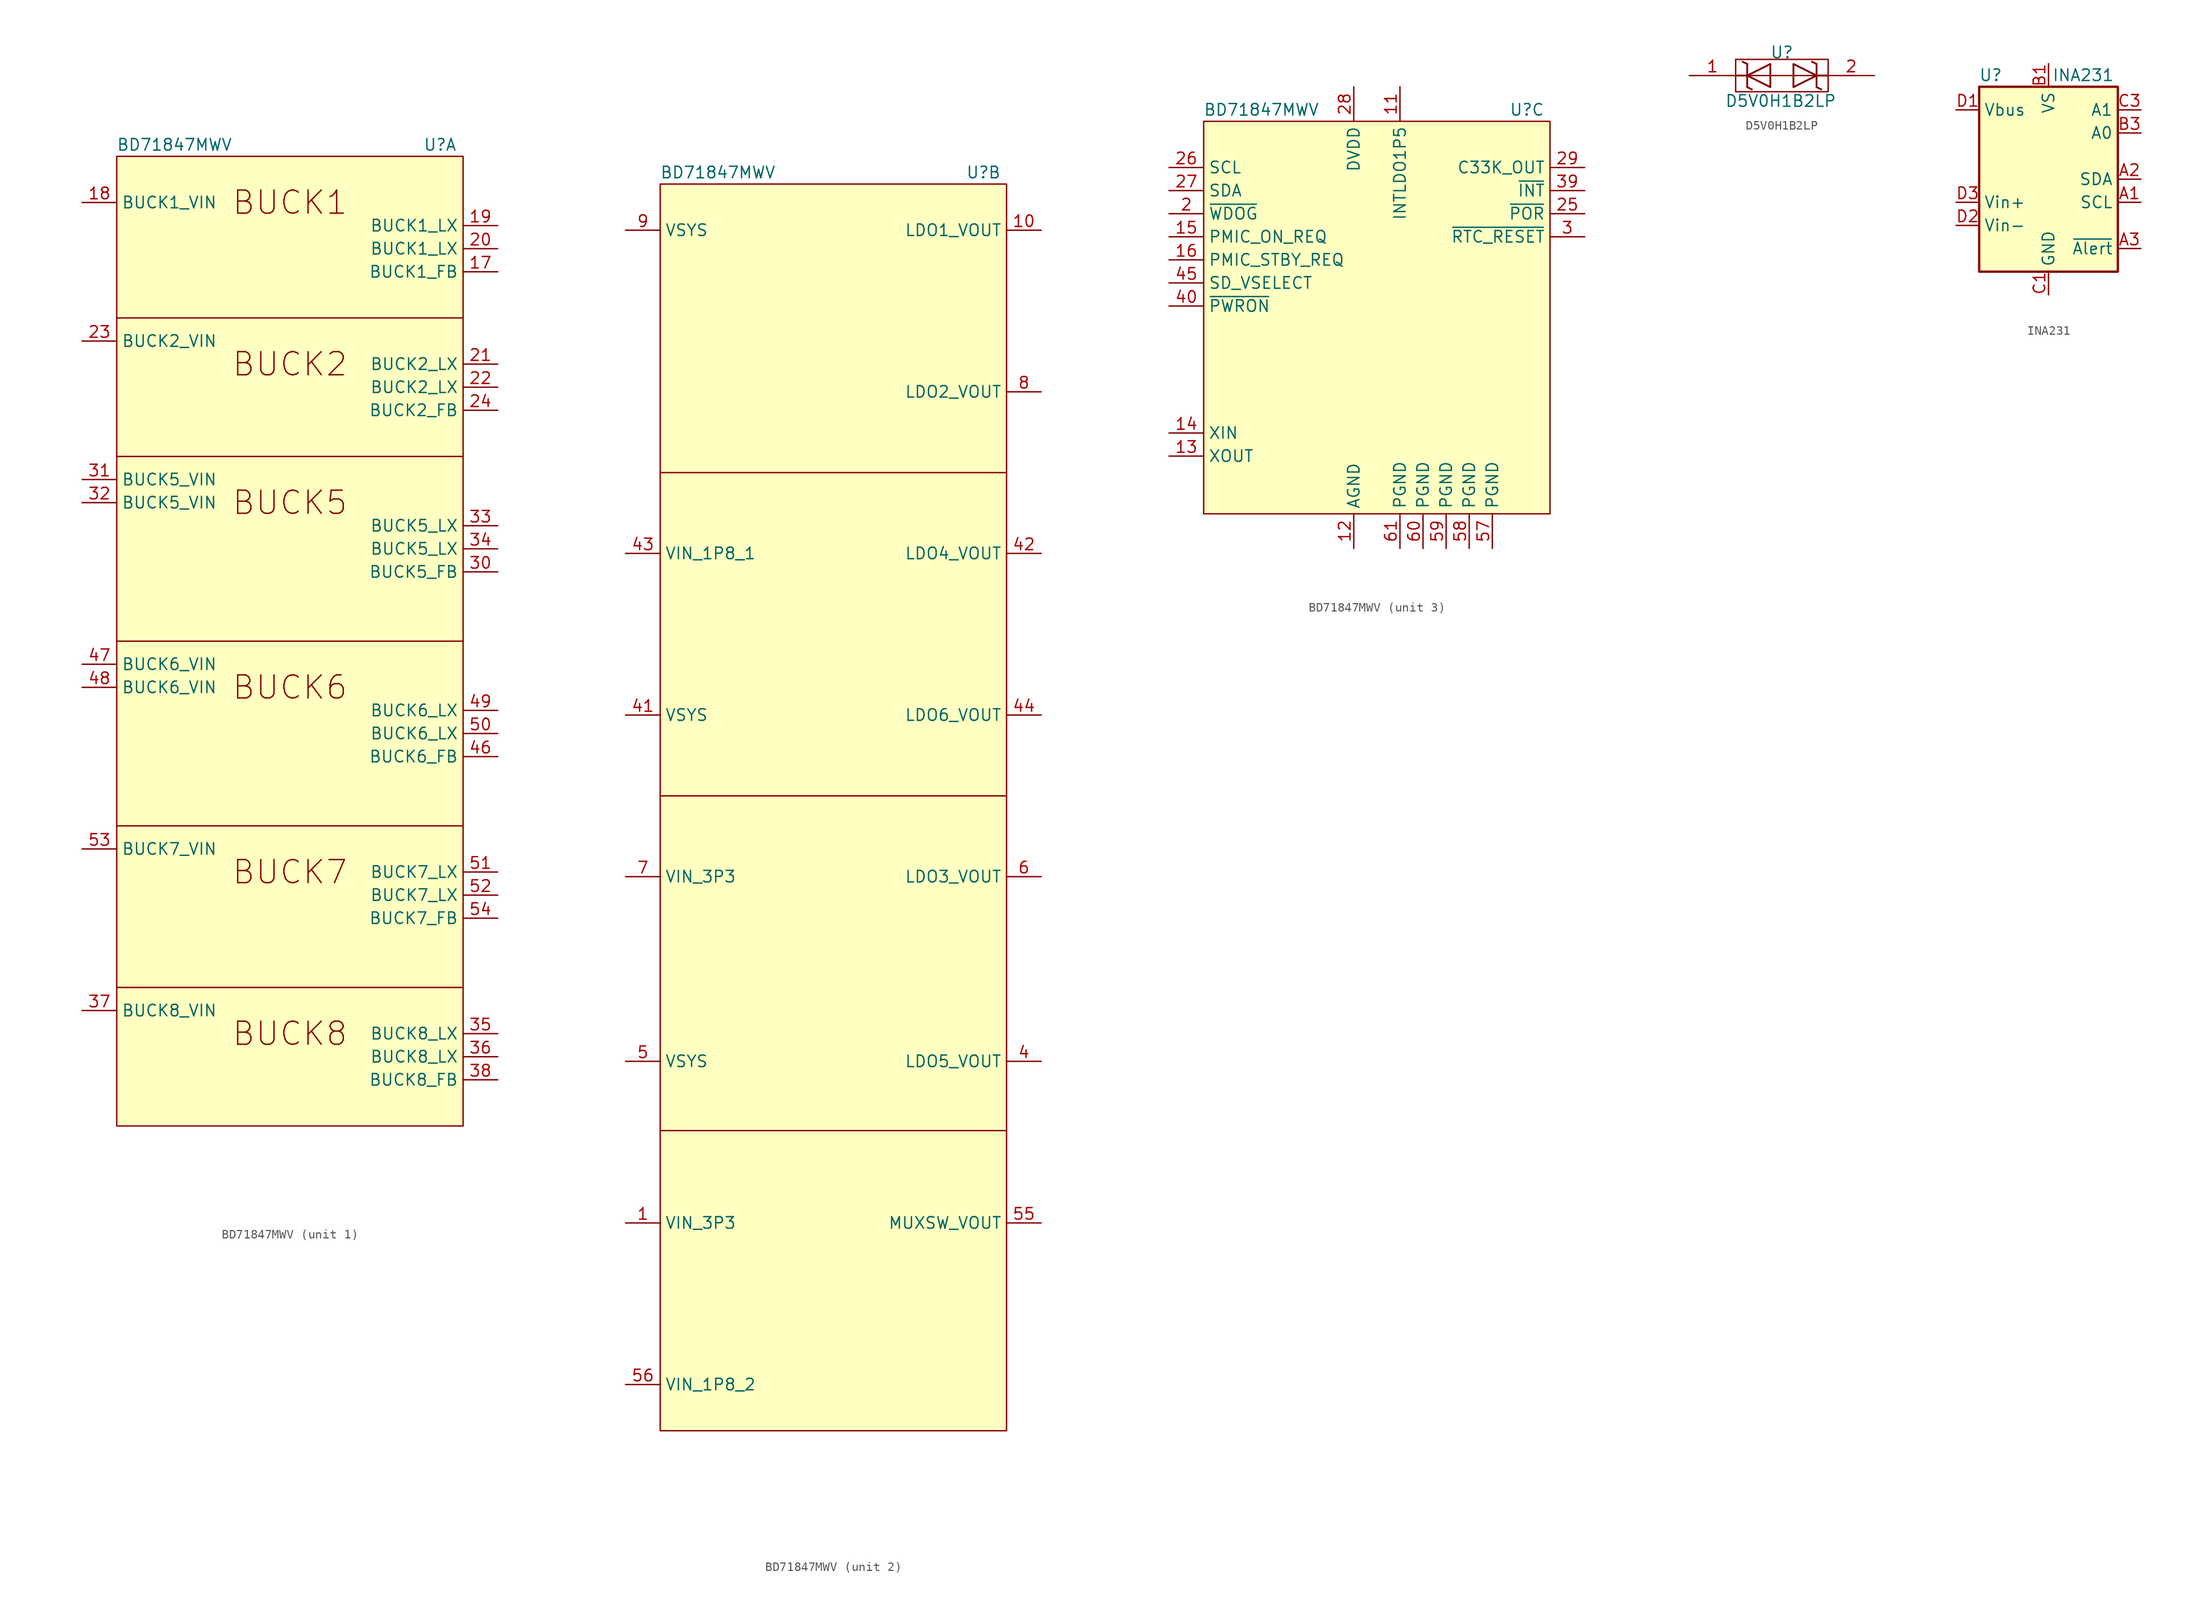
<source format=kicad_sym>
(kicad_symbol_lib
  (version 20211014)
  (generator kicad_symbol_editor)
  (symbol "BD71847MWV"
    (property "Reference" "U"
      (at 16.51 1.27 0)
      (effects (font (size 1.27 1.27))))
    (property "Value" "BD71847MWV"
      (at -12.7 1.27 0)
      (effects (font (size 1.27 1.27))))
    (property "ki_locked" ""
      (at 0 0 0)
      (effects (font (size 1.27 1.27))))
    (symbol "BD71847MWV_1_0"
      (text "BUCK1" (at 0 -5.08 0) (effects (font (size 2.54 2.54))))
      (text "BUCK2" (at 0 -22.86 0) (effects (font (size 2.54 2.54))))
      (text "BUCK5" (at 0 -38.1 0) (effects (font (size 2.54 2.54))))
      (text "BUCK6" (at 0 -58.42 0) (effects (font (size 2.54 2.54))))
      (text "BUCK7" (at 0 -78.74 0) (effects (font (size 2.54 2.54))))
      (text "BUCK8" (at 0 -96.52 0) (effects (font (size 2.54 2.54))))
      (pin input line (at 22.86 -12.7 180) (length 3.81) (name "BUCK1_FB" (effects (font (size 1.27 1.27)))) (number "17" (effects (font (size 1.27 1.27)))))
      (pin power_in line (at -22.86 -5.08 0) (length 3.81) (name "BUCK1_VIN" (effects (font (size 1.27 1.27)))) (number "18" (effects (font (size 1.27 1.27)))))
      (pin power_out line (at 22.86 -7.62 180) (length 3.81) (name "BUCK1_LX" (effects (font (size 1.27 1.27)))) (number "19" (effects (font (size 1.27 1.27)))))
      (pin power_out line (at 22.86 -10.16 180) (length 3.81) (name "BUCK1_LX" (effects (font (size 1.27 1.27)))) (number "20" (effects (font (size 1.27 1.27)))))
      (pin power_out line (at 22.86 -22.86 180) (length 3.81) (name "BUCK2_LX" (effects (font (size 1.27 1.27)))) (number "21" (effects (font (size 1.27 1.27)))))
      (pin power_out line (at 22.86 -25.4 180) (length 3.81) (name "BUCK2_LX" (effects (font (size 1.27 1.27)))) (number "22" (effects (font (size 1.27 1.27)))))
      (pin power_in line (at -22.86 -20.32 0) (length 3.81) (name "BUCK2_VIN" (effects (font (size 1.27 1.27)))) (number "23" (effects (font (size 1.27 1.27)))))
      (pin input line (at 22.86 -27.94 180) (length 3.81) (name "BUCK2_FB" (effects (font (size 1.27 1.27)))) (number "24" (effects (font (size 1.27 1.27)))))
      (pin input line (at 22.86 -45.72 180) (length 3.81) (name "BUCK5_FB" (effects (font (size 1.27 1.27)))) (number "30" (effects (font (size 1.27 1.27)))))
      (pin power_in line (at -22.86 -35.56 0) (length 3.81) (name "BUCK5_VIN" (effects (font (size 1.27 1.27)))) (number "31" (effects (font (size 1.27 1.27)))))
      (pin power_in line (at -22.86 -38.1 0) (length 3.81) (name "BUCK5_VIN" (effects (font (size 1.27 1.27)))) (number "32" (effects (font (size 1.27 1.27)))))
      (pin power_out line (at 22.86 -40.64 180) (length 3.81) (name "BUCK5_LX" (effects (font (size 1.27 1.27)))) (number "33" (effects (font (size 1.27 1.27)))))
      (pin power_out line (at 22.86 -43.18 180) (length 3.81) (name "BUCK5_LX" (effects (font (size 1.27 1.27)))) (number "34" (effects (font (size 1.27 1.27)))))
      (pin power_in line (at -22.86 -55.88 0) (length 3.81) (name "BUCK6_VIN" (effects (font (size 1.27 1.27)))) (number "47" (effects (font (size 1.27 1.27)))))
      (pin power_in line (at -22.86 -58.42 0) (length 3.81) (name "BUCK6_VIN" (effects (font (size 1.27 1.27)))) (number "48" (effects (font (size 1.27 1.27))))))
    (symbol "BD71847MWV_1_1"
      (rectangle (start -19.05 0) (end 19.05 -106.68) (stroke (width 0.152) (type default) (color 0 0 0 0)) (fill (type background)))
      (polyline (pts (xy -19.05 -91.44) (xy 19.05 -91.44)) (stroke (width 0.152) (type default) (color 0 0 0 0)) (fill (type none)))
      (polyline (pts (xy -19.05 -73.66) (xy 19.05 -73.66)) (stroke (width 0.152) (type default) (color 0 0 0 0)) (fill (type none)))
      (polyline (pts (xy -19.05 -53.34) (xy 19.05 -53.34)) (stroke (width 0.152) (type default) (color 0 0 0 0)) (fill (type none)))
      (polyline (pts (xy -19.05 -33.02) (xy 19.05 -33.02)) (stroke (width 0.152) (type default) (color 0 0 0 0)) (fill (type none)))
      (polyline (pts (xy -19.05 -17.78) (xy 19.05 -17.78)) (stroke (width 0.152) (type default) (color 0 0 0 0)) (fill (type none)))
      (pin power_out line (at 22.86 -96.52 180) (length 3.81) (name "BUCK8_LX" (effects (font (size 1.27 1.27)))) (number "35" (effects (font (size 1.27 1.27)))))
      (pin power_out line (at 22.86 -99.06 180) (length 3.81) (name "BUCK8_LX" (effects (font (size 1.27 1.27)))) (number "36" (effects (font (size 1.27 1.27)))))
      (pin power_in line (at -22.86 -93.98 0) (length 3.81) (name "BUCK8_VIN" (effects (font (size 1.27 1.27)))) (number "37" (effects (font (size 1.27 1.27)))))
      (pin input line (at 22.86 -101.6 180) (length 3.81) (name "BUCK8_FB" (effects (font (size 1.27 1.27)))) (number "38" (effects (font (size 1.27 1.27)))))
      (pin input line (at 22.86 -66.04 180) (length 3.81) (name "BUCK6_FB" (effects (font (size 1.27 1.27)))) (number "46" (effects (font (size 1.27 1.27)))))
      (pin power_out line (at 22.86 -60.96 180) (length 3.81) (name "BUCK6_LX" (effects (font (size 1.27 1.27)))) (number "49" (effects (font (size 1.27 1.27)))))
      (pin power_out line (at 22.86 -63.5 180) (length 3.81) (name "BUCK6_LX" (effects (font (size 1.27 1.27)))) (number "50" (effects (font (size 1.27 1.27)))))
      (pin power_out line (at 22.86 -78.74 180) (length 3.81) (name "BUCK7_LX" (effects (font (size 1.27 1.27)))) (number "51" (effects (font (size 1.27 1.27)))))
      (pin power_out line (at 22.86 -81.28 180) (length 3.81) (name "BUCK7_LX" (effects (font (size 1.27 1.27)))) (number "52" (effects (font (size 1.27 1.27)))))
      (pin power_in line (at -22.86 -76.2 0) (length 3.81) (name "BUCK7_VIN" (effects (font (size 1.27 1.27)))) (number "53" (effects (font (size 1.27 1.27)))))
      (pin input line (at 22.86 -83.82 180) (length 3.81) (name "BUCK7_FB" (effects (font (size 1.27 1.27)))) (number "54" (effects (font (size 1.27 1.27))))))
    (symbol "BD71847MWV_2_1"
      (rectangle (start -19.05 0) (end 19.05 -137.16) (stroke (width 0.152) (type default) (color 0 0 0 0)) (fill (type background)))
      (polyline (pts (xy -19.05 -31.75) (xy 19.05 -31.75)) (stroke (width 0.152) (type default) (color 0 0 0 0)) (fill (type none)))
      (polyline (pts (xy 19.05 -104.14) (xy -19.05 -104.14)) (stroke (width 0.152) (type default) (color 0 0 0 0)) (fill (type none)))
      (polyline (pts (xy 19.05 -67.31) (xy -19.05 -67.31)) (stroke (width 0.152) (type default) (color 0 0 0 0)) (fill (type none)))
      (pin power_in line (at -22.86 -114.3 0) (length 3.81) (name "VIN_3P3" (effects (font (size 1.27 1.27)))) (number "1" (effects (font (size 1.27 1.27)))))
      (pin power_out line (at 22.86 -5.08 180) (length 3.81) (name "LDO1_VOUT" (effects (font (size 1.27 1.27)))) (number "10" (effects (font (size 1.27 1.27)))))
      (pin power_out line (at 22.86 -96.52 180) (length 3.81) (name "LDO5_VOUT" (effects (font (size 1.27 1.27)))) (number "4" (effects (font (size 1.27 1.27)))))
      (pin power_in line (at -22.86 -58.42 0) (length 3.81) (name "VSYS" (effects (font (size 1.27 1.27)))) (number "41" (effects (font (size 1.27 1.27)))))
      (pin power_out line (at 22.86 -40.64 180) (length 3.81) (name "LDO4_VOUT" (effects (font (size 1.27 1.27)))) (number "42" (effects (font (size 1.27 1.27)))))
      (pin power_in line (at -22.86 -40.64 0) (length 3.81) (name "VIN_1P8_1" (effects (font (size 1.27 1.27)))) (number "43" (effects (font (size 1.27 1.27)))))
      (pin power_out line (at 22.86 -58.42 180) (length 3.81) (name "LDO6_VOUT" (effects (font (size 1.27 1.27)))) (number "44" (effects (font (size 1.27 1.27)))))
      (pin power_in line (at -22.86 -96.52 0) (length 3.81) (name "VSYS" (effects (font (size 1.27 1.27)))) (number "5" (effects (font (size 1.27 1.27)))))
      (pin power_out line (at 22.86 -114.3 180) (length 3.81) (name "MUXSW_VOUT" (effects (font (size 1.27 1.27)))) (number "55" (effects (font (size 1.27 1.27)))))
      (pin power_in line (at -22.86 -132.08 0) (length 3.81) (name "VIN_1P8_2" (effects (font (size 1.27 1.27)))) (number "56" (effects (font (size 1.27 1.27)))))
      (pin power_out line (at 22.86 -76.2 180) (length 3.81) (name "LDO3_VOUT" (effects (font (size 1.27 1.27)))) (number "6" (effects (font (size 1.27 1.27)))))
      (pin power_in line (at -22.86 -76.2 0) (length 3.81) (name "VIN_3P3" (effects (font (size 1.27 1.27)))) (number "7" (effects (font (size 1.27 1.27)))))
      (pin power_out line (at 22.86 -22.86 180) (length 3.81) (name "LDO2_VOUT" (effects (font (size 1.27 1.27)))) (number "8" (effects (font (size 1.27 1.27)))))
      (pin power_in line (at -22.86 -5.08 0) (length 3.81) (name "VSYS" (effects (font (size 1.27 1.27)))) (number "9" (effects (font (size 1.27 1.27))))))
    (symbol "BD71847MWV_3_1"
      (rectangle (start -19.05 0) (end 19.05 -43.18) (stroke (width 0.152) (type default) (color 0 0 0 0)) (fill (type background)))
      (pin power_out line (at 2.54 3.81 270) (length 3.81) (name "INTLDO1P5" (effects (font (size 1.27 1.27)))) (number "11" (effects (font (size 1.27 1.27)))))
      (pin power_in line (at -2.54 -46.99 90) (length 3.81) (name "AGND" (effects (font (size 1.27 1.27)))) (number "12" (effects (font (size 1.27 1.27)))))
      (pin output line (at -22.86 -36.83 0) (length 3.81) (name "XOUT" (effects (font (size 1.27 1.27)))) (number "13" (effects (font (size 1.27 1.27)))))
      (pin input line (at -22.86 -34.29 0) (length 3.81) (name "XIN" (effects (font (size 1.27 1.27)))) (number "14" (effects (font (size 1.27 1.27)))))
      (pin input line (at -22.86 -12.7 0) (length 3.81) (name "PMIC_ON_REQ" (effects (font (size 1.27 1.27)))) (number "15" (effects (font (size 1.27 1.27)))))
      (pin input line (at -22.86 -15.24 0) (length 3.81) (name "PMIC_STBY_REQ" (effects (font (size 1.27 1.27)))) (number "16" (effects (font (size 1.27 1.27)))))
      (pin input line (at -22.86 -10.16 0) (length 3.81) (name "~{WDOG}" (effects (font (size 1.27 1.27)))) (number "2" (effects (font (size 1.27 1.27)))))
      (pin open_collector line (at 22.86 -10.16 180) (length 3.81) (name "~{POR}" (effects (font (size 1.27 1.27)))) (number "25" (effects (font (size 1.27 1.27)))))
      (pin input line (at -22.86 -5.08 0) (length 3.81) (name "SCL" (effects (font (size 1.27 1.27)))) (number "26" (effects (font (size 1.27 1.27)))))
      (pin bidirectional line (at -22.86 -7.62 0) (length 3.81) (name "SDA" (effects (font (size 1.27 1.27)))) (number "27" (effects (font (size 1.27 1.27)))))
      (pin power_in line (at -2.54 3.81 270) (length 3.81) (name "DVDD" (effects (font (size 1.27 1.27)))) (number "28" (effects (font (size 1.27 1.27)))))
      (pin output line (at 22.86 -5.08 180) (length 3.81) (name "C33K_OUT" (effects (font (size 1.27 1.27)))) (number "29" (effects (font (size 1.27 1.27)))))
      (pin open_collector line (at 22.86 -12.7 180) (length 3.81) (name "~{RTC_RESET}" (effects (font (size 1.27 1.27)))) (number "3" (effects (font (size 1.27 1.27)))))
      (pin open_collector line (at 22.86 -7.62 180) (length 3.81) (name "~{INT}" (effects (font (size 1.27 1.27)))) (number "39" (effects (font (size 1.27 1.27)))))
      (pin input line (at -22.86 -20.32 0) (length 3.81) (name "~{PWRON}" (effects (font (size 1.27 1.27)))) (number "40" (effects (font (size 1.27 1.27)))))
      (pin input line (at -22.86 -17.78 0) (length 3.81) (name "SD_VSELECT" (effects (font (size 1.27 1.27)))) (number "45" (effects (font (size 1.27 1.27)))))
      (pin power_in line (at 12.7 -46.99 90) (length 3.81) (name "PGND" (effects (font (size 1.27 1.27)))) (number "57" (effects (font (size 1.27 1.27)))))
      (pin power_in line (at 10.16 -46.99 90) (length 3.81) (name "PGND" (effects (font (size 1.27 1.27)))) (number "58" (effects (font (size 1.27 1.27)))))
      (pin power_in line (at 7.62 -46.99 90) (length 3.81) (name "PGND" (effects (font (size 1.27 1.27)))) (number "59" (effects (font (size 1.27 1.27)))))
      (pin power_in line (at 5.08 -46.99 90) (length 3.81) (name "PGND" (effects (font (size 1.27 1.27)))) (number "60" (effects (font (size 1.27 1.27)))))
      (pin power_in line (at 2.54 -46.99 90) (length 3.81) (name "PGND" (effects (font (size 1.27 1.27)))) (number "61" (effects (font (size 1.27 1.27)))))))
  (symbol "D5V0H1B2LP"
    (pin_names
      (offset 1.016))
    (property "Reference" "U"
      (at 0 1.27 0)
      (effects (font (size 1.27 1.27))))
    (property "Value" "D5V0H1B2LP"
      (at -0.127 -4.064 0)
      (effects (font (size 1.27 1.27))))
    (symbol "D5V0H1B2LP_0_1"
      (polyline (pts (xy -3.81 -2.54) (xy -3.302 -2.794)) (stroke (width 0.203) (type default) (color 0 0 0 0)) (fill (type none)))
      (polyline (pts (xy -3.81 -1.27) (xy -5.08 -1.27)) (stroke (width 0.203) (type default) (color 0 0 0 0)) (fill (type none)))
      (polyline (pts (xy -3.81 0) (xy -4.318 0.254)) (stroke (width 0.203) (type default) (color 0 0 0 0)) (fill (type none)))
      (polyline (pts (xy 3.81 -2.54) (xy 4.318 -2.794)) (stroke (width 0.203) (type default) (color 0 0 0 0)) (fill (type none)))
      (polyline (pts (xy 3.81 0) (xy 3.302 0.254)) (stroke (width 0.203) (type default) (color 0 0 0 0)) (fill (type none)))
      (polyline (pts (xy 5.08 -1.27) (xy 3.81 -1.27)) (stroke (width 0.203) (type default) (color 0 0 0 0)) (fill (type none))))
    (symbol "D5V0H1B2LP_1_1"
      (rectangle (start -5.08 0.508) (end 5.08 -3.048) (stroke (width 0) (type default) (color 0 0 0 0)) (fill (type none)))
      (polyline (pts (xy -3.81 -1.27) (xy 3.81 -1.27)) (stroke (width 0) (type default) (color 0 0 0 0)) (fill (type none)))
      (polyline (pts (xy -3.81 0) (xy -3.81 -2.54) (xy -3.81 -2.54)) (stroke (width 0.203) (type default) (color 0 0 0 0)) (fill (type none)))
      (polyline (pts (xy 3.81 0) (xy 3.81 -2.54) (xy 3.81 -2.54)) (stroke (width 0.203) (type default) (color 0 0 0 0)) (fill (type none)))
      (polyline (pts (xy -1.27 -2.54) (xy -3.81 -1.27) (xy -1.27 0) (xy -1.27 -2.54) (xy -1.27 -2.54) (xy -1.27 -2.54)) (stroke (width 0.203) (type default) (color 0 0 0 0)) (fill (type none)))
      (polyline (pts (xy 1.27 0) (xy 3.81 -1.27) (xy 1.27 -2.54) (xy 1.27 0) (xy 1.27 0) (xy 1.27 0)) (stroke (width 0.203) (type default) (color 0 0 0 0)) (fill (type none)))
      (pin passive line (at -10.16 -1.27 0) (length 5.08) (name "~" (effects (font (size 1.27 1.27)))) (number "1" (effects (font (size 1.27 1.27)))))
      (pin passive line (at 10.16 -1.27 180) (length 5.08) (name "~" (effects (font (size 1.27 1.27)))) (number "2" (effects (font (size 1.27 1.27)))))))
  (symbol "INA231"
    (property "Reference" "U"
      (at -6.35 11.43 0)
      (effects (font (size 1.27 1.27))))
    (property "Value" "INA231"
      (at 3.81 11.43 0)
      (effects (font (size 1.27 1.27))))
    (symbol "INA231_0_1"
      (rectangle (start 7.62 10.16) (end -7.62 -10.16) (stroke (width 0.254) (type default) (color 0 0 0 0)) (fill (type background))))
    (symbol "INA231_1_1"
      (pin input line (at 10.16 -2.54 180) (length 2.54) (name "SCL" (effects (font (size 1.27 1.27)))) (number "A1" (effects (font (size 1.27 1.27)))))
      (pin bidirectional line (at 10.16 0 180) (length 2.54) (name "SDA" (effects (font (size 1.27 1.27)))) (number "A2" (effects (font (size 1.27 1.27)))))
      (pin open_collector line (at 10.16 -7.62 180) (length 2.54) (name "~{Alert}" (effects (font (size 1.27 1.27)))) (number "A3" (effects (font (size 1.27 1.27)))))
      (pin power_in line (at 0 12.7 270) (length 2.54) (name "VS" (effects (font (size 1.27 1.27)))) (number "B1" (effects (font (size 1.27 1.27)))))
      (pin input line (at 10.16 5.08 180) (length 2.54) (name "A0" (effects (font (size 1.27 1.27)))) (number "B3" (effects (font (size 1.27 1.27)))))
      (pin power_in line (at 0 -12.7 90) (length 2.54) (name "GND" (effects (font (size 1.27 1.27)))) (number "C1" (effects (font (size 1.27 1.27)))))
      (pin input line (at 10.16 7.62 180) (length 2.54) (name "A1" (effects (font (size 1.27 1.27)))) (number "C3" (effects (font (size 1.27 1.27)))))
      (pin input line (at -10.16 7.62 0) (length 2.54) (name "Vbus" (effects (font (size 1.27 1.27)))) (number "D1" (effects (font (size 1.27 1.27)))))
      (pin input line (at -10.16 -5.08 0) (length 2.54) (name "Vin-" (effects (font (size 1.27 1.27)))) (number "D2" (effects (font (size 1.27 1.27)))))
      (pin input line (at -10.16 -2.54 0) (length 2.54) (name "Vin+" (effects (font (size 1.27 1.27)))) (number "D3" (effects (font (size 1.27 1.27))))))))
</source>
